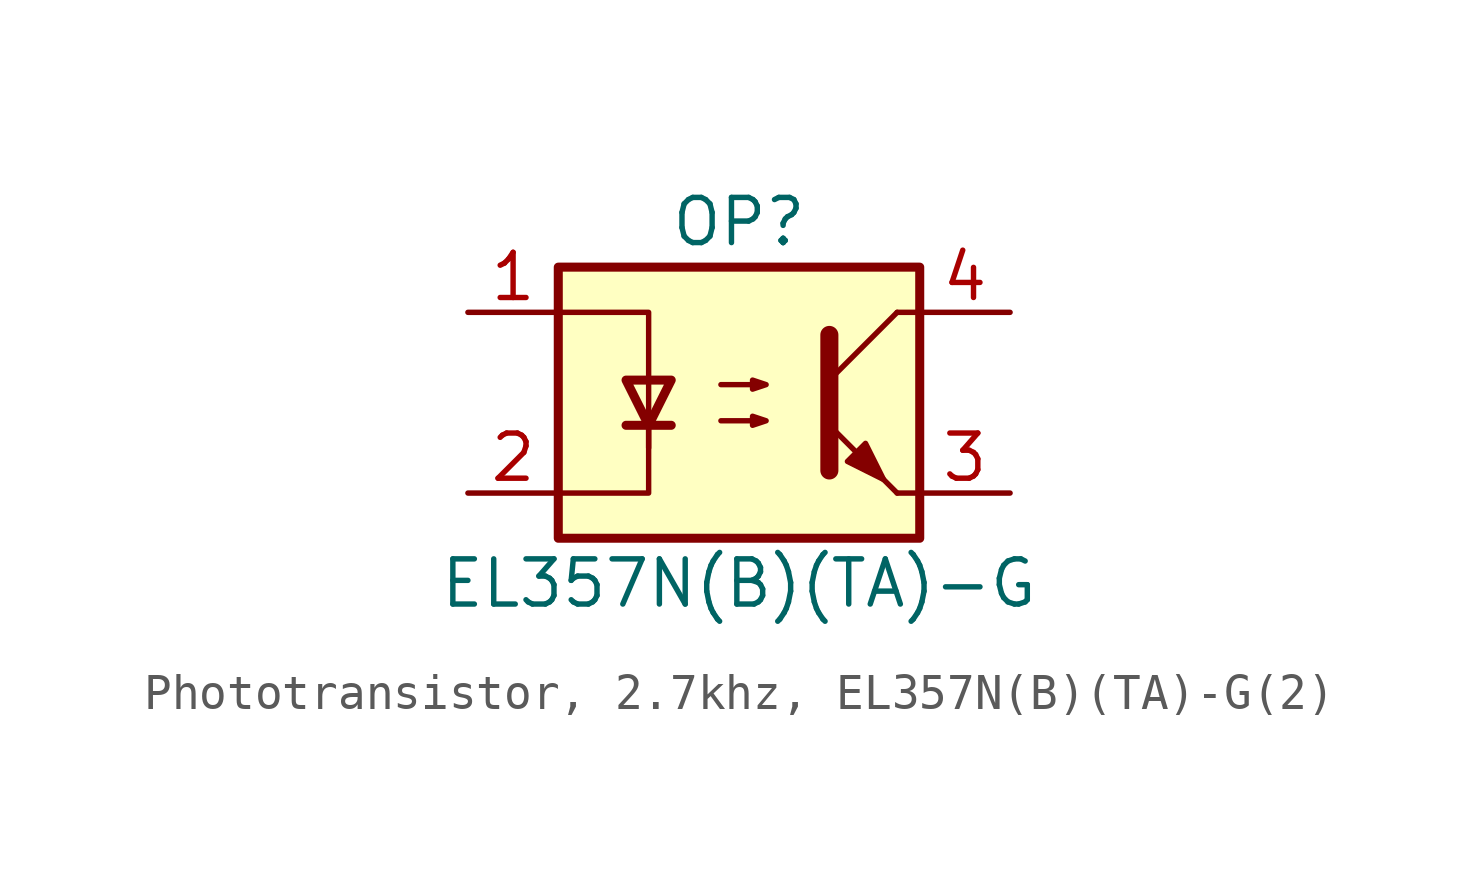
<source format=kicad_sym>
(kicad_symbol_lib
  (version 20231120)
  (generator "CDFER_Archive_Tool")
  (generator_version "0.0")
  (symbol "Phototransistor, 2.7khz, EL357N(B)(TA)-G(2)"
    (property "Reference" "OP"
      (at 0 5.08 0)
      (effects (font (size 1.27 1.27))))
    (property "Value" "EL357N(B)(TA)-G"
      (at 0 -5.08 0)
      (effects (font (size 1.27 1.27))))
    (symbol "Phototransistor, 2.7khz, EL357N(B)(TA)-G(2)_0_1"
      (rectangle (start -5.08 3.81) (end 5.08 -3.81) (stroke (width 0.254) (type default)) (fill (type background)))
      (polyline (pts (xy -3.175 -0.635) (xy -1.905 -0.635)) (stroke (width 0.254) (type default)) (fill (type none)))
      (polyline (pts (xy 2.54 0.635) (xy 4.445 2.54)) (stroke (width 0) (type default)) (fill (type none)))
      (polyline (pts (xy 4.445 -2.54) (xy 2.54 -0.635)) (stroke (width 0) (type default)) (fill (type outline)))
      (polyline (pts (xy 4.445 -2.54) (xy 5.08 -2.54)) (stroke (width 0) (type default)) (fill (type none)))
      (polyline (pts (xy 4.445 2.54) (xy 5.08 2.54)) (stroke (width 0) (type default)) (fill (type none)))
      (polyline (pts (xy -2.54 -0.635) (xy -2.54 -2.54) (xy -5.08 -2.54)) (stroke (width 0) (type default)) (fill (type none)))
      (polyline (pts (xy 2.54 1.905) (xy 2.54 -1.905) (xy 2.54 -1.905)) (stroke (width 0.508) (type default)) (fill (type none)))
      (polyline (pts (xy -5.08 2.54) (xy -2.54 2.54) (xy -2.54 -1.27) (xy -2.54 0.635)) (stroke (width 0) (type default)) (fill (type none)))
      (polyline (pts (xy -2.54 -0.635) (xy -3.175 0.635) (xy -1.905 0.635) (xy -2.54 -0.635)) (stroke (width 0.254) (type default)) (fill (type none)))
      (polyline (pts (xy -0.508 -0.508) (xy 0.762 -0.508) (xy 0.381 -0.635) (xy 0.381 -0.381) (xy 0.762 -0.508)) (stroke (width 0) (type default)) (fill (type none)))
      (polyline (pts (xy -0.508 0.508) (xy 0.762 0.508) (xy 0.381 0.381) (xy 0.381 0.635) (xy 0.762 0.508)) (stroke (width 0) (type default)) (fill (type none)))
      (polyline (pts (xy 3.048 -1.651) (xy 3.556 -1.143) (xy 4.064 -2.159) (xy 3.048 -1.651) (xy 3.048 -1.651)) (stroke (width 0) (type default)) (fill (type outline))))
    (symbol "Phototransistor, 2.7khz, EL357N(B)(TA)-G(2)_1_1"
      (pin passive line (at -7.62 2.54 0) (length 2.54) (name "~" (effects (font (size 1.27 1.27)))) (number "1" (effects (font (size 1.27 1.27)))))
      (pin passive line (at -7.62 -2.54 0) (length 2.54) (name "~" (effects (font (size 1.27 1.27)))) (number "2" (effects (font (size 1.27 1.27)))))
      (pin passive line (at 7.62 -2.54 180) (length 2.54) (name "~" (effects (font (size 1.27 1.27)))) (number "3" (effects (font (size 1.27 1.27)))))
      (pin passive line (at 7.62 2.54 180) (length 2.54) (name "~" (effects (font (size 1.27 1.27)))) (number "4" (effects (font (size 1.27 1.27))))))))
</source>
